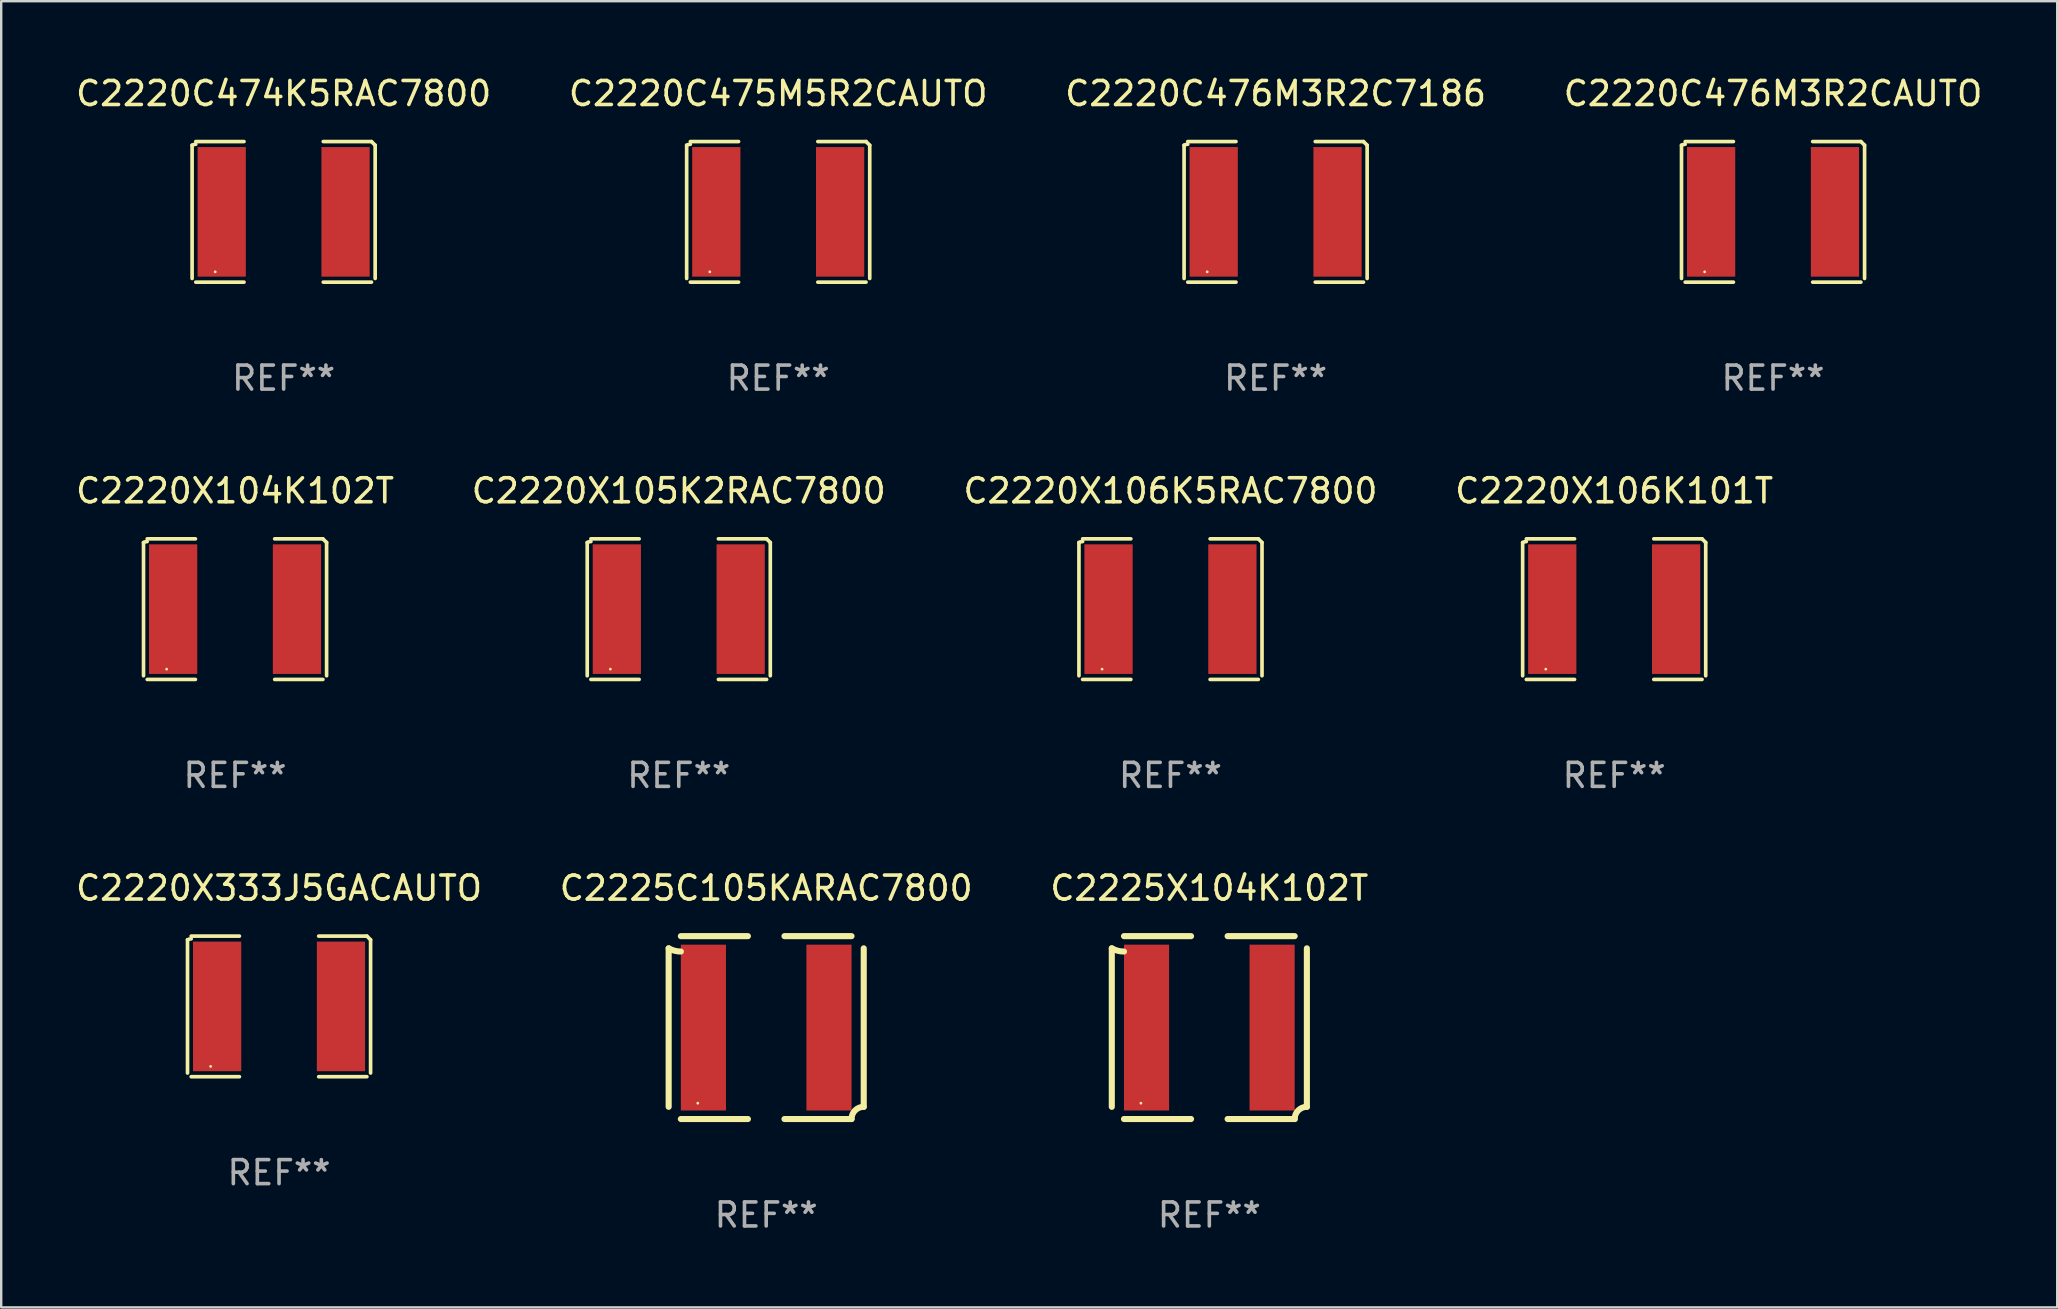
<source format=kicad_pcb>
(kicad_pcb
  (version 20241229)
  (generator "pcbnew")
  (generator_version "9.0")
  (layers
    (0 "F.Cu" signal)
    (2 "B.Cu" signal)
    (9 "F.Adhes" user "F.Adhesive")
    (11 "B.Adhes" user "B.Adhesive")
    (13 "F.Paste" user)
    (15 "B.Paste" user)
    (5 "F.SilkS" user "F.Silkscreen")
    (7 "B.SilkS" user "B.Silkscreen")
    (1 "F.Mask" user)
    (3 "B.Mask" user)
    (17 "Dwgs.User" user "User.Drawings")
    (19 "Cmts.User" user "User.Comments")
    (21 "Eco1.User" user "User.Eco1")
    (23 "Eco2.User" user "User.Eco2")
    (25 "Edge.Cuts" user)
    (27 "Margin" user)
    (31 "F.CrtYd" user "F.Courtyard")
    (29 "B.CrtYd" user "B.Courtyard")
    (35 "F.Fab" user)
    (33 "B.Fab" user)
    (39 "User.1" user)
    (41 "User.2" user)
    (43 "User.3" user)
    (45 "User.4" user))
  (footprint "C2220X104K102T"
    (layer "F.Cu")
    (at 6.744 22.331)
    (property "Reference" "C2220X104K102T" (at 0 -4.929 0) (layer "F.SilkS") (effects (font (size 1 1) (thickness 0.15))))
    (attr through_hole)
    (fp_line (start -3.814 2.776) (end -3.814 -2.776) (stroke (width 0.152) (type solid)) (layer "F.SilkS"))
    (fp_line (start -3.661 -2.929) (end -1.651 -2.929) (stroke (width 0.152) (type solid)) (layer "F.SilkS"))
    (fp_line (start -1.651 2.929) (end -3.661 2.929) (stroke (width 0.152) (type solid)) (layer "F.SilkS"))
    (fp_line (start 1.651 2.929) (end 3.661 2.929) (stroke (width 0.152) (type solid)) (layer "F.SilkS"))
    (fp_line (start 3.661 -2.929) (end 1.651 -2.929) (stroke (width 0.152) (type solid)) (layer "F.SilkS"))
    (fp_line (start 3.814 2.776) (end 3.814 -2.776) (stroke (width 0.152) (type solid)) (layer "F.SilkS"))
    (fp_arc (start -3.813614 -2.7762) (mid -3.739925 -2.805625) (end -3.661214 -2.815646) (stroke (width 0.1524) (type solid)) (layer "F.SilkS"))
    (fp_arc (start 3.661214 -2.9286) (mid 3.737425 -2.852411) (end 3.813614 -2.7762) (stroke (width 0.1524) (type solid)) (layer "F.SilkS"))
    (fp_circle (center -2.85 2.5) (end -2.82 2.5) (stroke (width 0.06) (type solid)) (fill no) (layer "F.SilkS"))
    (fp_text user "REF**" (at 0 6.929 0) (layer "F.Fab") (effects (font (size 1 1) (thickness 0.15))))
    (pad "1" smd rect (at -2.58 0) (size 2.01 5.4) (layers "F.Cu" "F.Mask" "F.Paste"))
    (pad "2" smd rect (at 2.58 0) (size 2.01 5.4) (layers "F.Cu" "F.Mask" "F.Paste")))
  (footprint "C2220X333J5GACAUTO"
    (layer "F.Cu")
    (at 8.577 38.884)
    (property "Reference" "C2220X333J5GACAUTO" (at 0 -4.929 0) (layer "F.SilkS") (effects (font (size 1 1) (thickness 0.15))))
    (attr through_hole)
    (fp_line (start -3.814 2.776) (end -3.814 -2.776) (stroke (width 0.152) (type solid)) (layer "F.SilkS"))
    (fp_line (start -3.661 -2.929) (end -1.651 -2.929) (stroke (width 0.152) (type solid)) (layer "F.SilkS"))
    (fp_line (start -1.651 2.929) (end -3.661 2.929) (stroke (width 0.152) (type solid)) (layer "F.SilkS"))
    (fp_line (start 1.651 2.929) (end 3.661 2.929) (stroke (width 0.152) (type solid)) (layer "F.SilkS"))
    (fp_line (start 3.661 -2.929) (end 1.651 -2.929) (stroke (width 0.152) (type solid)) (layer "F.SilkS"))
    (fp_line (start 3.814 2.776) (end 3.814 -2.776) (stroke (width 0.152) (type solid)) (layer "F.SilkS"))
    (fp_arc (start -3.813614 -2.7762) (mid -3.739925 -2.805625) (end -3.661214 -2.815646) (stroke (width 0.1524) (type solid)) (layer "F.SilkS"))
    (fp_arc (start 3.661214 -2.9286) (mid 3.737425 -2.852411) (end 3.813614 -2.7762) (stroke (width 0.1524) (type solid)) (layer "F.SilkS"))
    (fp_circle (center -2.85 2.5) (end -2.82 2.5) (stroke (width 0.06) (type solid)) (fill no) (layer "F.SilkS"))
    (fp_text user "REF**" (at 0 6.929 0) (layer "F.Fab") (effects (font (size 1 1) (thickness 0.15))))
    (pad "1" smd rect (at -2.58 0) (size 2.01 5.4) (layers "F.Cu" "F.Mask" "F.Paste"))
    (pad "2" smd rect (at 2.58 0) (size 2.01 5.4) (layers "F.Cu" "F.Mask" "F.Paste")))
  (footprint "C2220X106K5RAC7800"
    (layer "F.Cu")
    (at 45.72 22.331)
    (property "Reference" "C2220X106K5RAC7800" (at 0 -4.929 0) (layer "F.SilkS") (effects (font (size 1 1) (thickness 0.15))))
    (attr through_hole)
    (fp_line (start -3.814 2.776) (end -3.814 -2.776) (stroke (width 0.152) (type solid)) (layer "F.SilkS"))
    (fp_line (start -3.661 -2.929) (end -1.651 -2.929) (stroke (width 0.152) (type solid)) (layer "F.SilkS"))
    (fp_line (start -1.651 2.929) (end -3.661 2.929) (stroke (width 0.152) (type solid)) (layer "F.SilkS"))
    (fp_line (start 1.651 2.929) (end 3.661 2.929) (stroke (width 0.152) (type solid)) (layer "F.SilkS"))
    (fp_line (start 3.661 -2.929) (end 1.651 -2.929) (stroke (width 0.152) (type solid)) (layer "F.SilkS"))
    (fp_line (start 3.814 2.776) (end 3.814 -2.776) (stroke (width 0.152) (type solid)) (layer "F.SilkS"))
    (fp_arc (start -3.813614 -2.7762) (mid -3.739925 -2.805625) (end -3.661214 -2.815646) (stroke (width 0.1524) (type solid)) (layer "F.SilkS"))
    (fp_arc (start 3.661214 -2.9286) (mid 3.737425 -2.852411) (end 3.813614 -2.7762) (stroke (width 0.1524) (type solid)) (layer "F.SilkS"))
    (fp_circle (center -2.85 2.5) (end -2.82 2.5) (stroke (width 0.06) (type solid)) (fill no) (layer "F.SilkS"))
    (fp_text user "REF**" (at 0 6.929 0) (layer "F.Fab") (effects (font (size 1 1) (thickness 0.15))))
    (pad "1" smd rect (at -2.58 0) (size 2.01 5.4) (layers "F.Cu" "F.Mask" "F.Paste"))
    (pad "2" smd rect (at 2.58 0) (size 2.01 5.4) (layers "F.Cu" "F.Mask" "F.Paste")))
  (footprint "C2220X106K101T"
    (layer "F.Cu")
    (at 64.208 22.331)
    (property "Reference" "C2220X106K101T" (at 0 -4.929 0) (layer "F.SilkS") (effects (font (size 1 1) (thickness 0.15))))
    (attr through_hole)
    (fp_line (start -3.814 2.776) (end -3.814 -2.776) (stroke (width 0.152) (type solid)) (layer "F.SilkS"))
    (fp_line (start -3.661 -2.929) (end -1.651 -2.929) (stroke (width 0.152) (type solid)) (layer "F.SilkS"))
    (fp_line (start -1.651 2.929) (end -3.661 2.929) (stroke (width 0.152) (type solid)) (layer "F.SilkS"))
    (fp_line (start 1.651 2.929) (end 3.661 2.929) (stroke (width 0.152) (type solid)) (layer "F.SilkS"))
    (fp_line (start 3.661 -2.929) (end 1.651 -2.929) (stroke (width 0.152) (type solid)) (layer "F.SilkS"))
    (fp_line (start 3.814 2.776) (end 3.814 -2.776) (stroke (width 0.152) (type solid)) (layer "F.SilkS"))
    (fp_arc (start -3.813614 -2.7762) (mid -3.739925 -2.805625) (end -3.661214 -2.815646) (stroke (width 0.1524) (type solid)) (layer "F.SilkS"))
    (fp_arc (start 3.661214 -2.9286) (mid 3.737425 -2.852411) (end 3.813614 -2.7762) (stroke (width 0.1524) (type solid)) (layer "F.SilkS"))
    (fp_circle (center -2.85 2.5) (end -2.82 2.5) (stroke (width 0.06) (type solid)) (fill no) (layer "F.SilkS"))
    (fp_text user "REF**" (at 0 6.929 0) (layer "F.Fab") (effects (font (size 1 1) (thickness 0.15))))
    (pad "1" smd rect (at -2.58 0) (size 2.01 5.4) (layers "F.Cu" "F.Mask" "F.Paste"))
    (pad "2" smd rect (at 2.58 0) (size 2.01 5.4) (layers "F.Cu" "F.Mask" "F.Paste")))
  (footprint "C2225X104K102T"
    (layer "F.Cu")
    (at 47.339 39.766)
    (property "Reference" "C2225X104K102T" (at 0 -5.81 0) (layer "F.SilkS") (effects (font (size 1 1) (thickness 0.15))))
    (attr through_hole)
    (fp_line (start -4.064 3.302) (end -4.064 -3.302) (stroke (width 0.254) (type solid)) (layer "F.SilkS"))
    (fp_line (start -3.556 -3.81) (end -0.762 -3.81) (stroke (width 0.254) (type solid)) (layer "F.SilkS"))
    (fp_line (start -3.556 3.81) (end -0.762 3.81) (stroke (width 0.254) (type solid)) (layer "F.SilkS"))
    (fp_line (start 3.556 -3.81) (end 0.762 -3.81) (stroke (width 0.254) (type solid)) (layer "F.SilkS"))
    (fp_line (start 3.556 3.81) (end 0.762 3.81) (stroke (width 0.254) (type solid)) (layer "F.SilkS"))
    (fp_line (start 4.064 -3.302) (end 4.064 3.302) (stroke (width 0.254) (type solid)) (layer "F.SilkS"))
    (fp_arc (start -3.556007 -3.168295) (mid -3.818659 -3.202283) (end -4.064008 -3.302007) (stroke (width 0.254001) (type solid)) (layer "F.SilkS"))
    (fp_arc (start 3.556007 3.810008) (mid 3.704797 3.450797) (end 4.064008 3.302007) (stroke (width 0.254001) (type solid)) (layer "F.SilkS"))
    (fp_circle (center -2.85 3.15) (end -2.82 3.15) (stroke (width 0.06) (type solid)) (fill no) (layer "F.SilkS"))
    (fp_text user "REF**" (at 0 7.81 0) (layer "F.Fab") (effects (font (size 1 1) (thickness 0.15))))
    (pad "1" smd rect (at -2.616 0) (size 1.88 6.909) (layers "F.Cu" "F.Mask" "F.Paste"))
    (pad "2" smd rect (at 2.616 0) (size 1.88 6.909) (layers "F.Cu" "F.Mask" "F.Paste")))
  (footprint "C2225C105KARAC7800"
    (layer "F.Cu")
    (at 28.875 39.766)
    (property "Reference" "C2225C105KARAC7800" (at 0 -5.81 0) (layer "F.SilkS") (effects (font (size 1 1) (thickness 0.15))))
    (attr through_hole)
    (fp_line (start -4.064 3.302) (end -4.064 -3.302) (stroke (width 0.254) (type solid)) (layer "F.SilkS"))
    (fp_line (start -3.556 -3.81) (end -0.762 -3.81) (stroke (width 0.254) (type solid)) (layer "F.SilkS"))
    (fp_line (start -3.556 3.81) (end -0.762 3.81) (stroke (width 0.254) (type solid)) (layer "F.SilkS"))
    (fp_line (start 3.556 -3.81) (end 0.762 -3.81) (stroke (width 0.254) (type solid)) (layer "F.SilkS"))
    (fp_line (start 3.556 3.81) (end 0.762 3.81) (stroke (width 0.254) (type solid)) (layer "F.SilkS"))
    (fp_line (start 4.064 -3.302) (end 4.064 3.302) (stroke (width 0.254) (type solid)) (layer "F.SilkS"))
    (fp_arc (start -3.556007 -3.168295) (mid -3.818659 -3.202283) (end -4.064008 -3.302007) (stroke (width 0.254001) (type solid)) (layer "F.SilkS"))
    (fp_arc (start 3.556007 3.810008) (mid 3.704797 3.450797) (end 4.064008 3.302007) (stroke (width 0.254001) (type solid)) (layer "F.SilkS"))
    (fp_circle (center -2.85 3.15) (end -2.82 3.15) (stroke (width 0.06) (type solid)) (fill no) (layer "F.SilkS"))
    (fp_text user "REF**" (at 0 7.81 0) (layer "F.Fab") (effects (font (size 1 1) (thickness 0.15))))
    (pad "1" smd rect (at -2.616 0) (size 1.88 6.909) (layers "F.Cu" "F.Mask" "F.Paste"))
    (pad "2" smd rect (at 2.616 0) (size 1.88 6.909) (layers "F.Cu" "F.Mask" "F.Paste")))
  (footprint "C2220C474K5RAC7800"
    (layer "F.Cu")
    (at 8.768 5.777)
    (property "Reference" "C2220C474K5RAC7800" (at 0 -4.929 0) (layer "F.SilkS") (effects (font (size 1 1) (thickness 0.15))))
    (attr through_hole)
    (fp_line (start -3.814 2.776) (end -3.814 -2.776) (stroke (width 0.152) (type solid)) (layer "F.SilkS"))
    (fp_line (start -3.661 -2.929) (end -1.651 -2.929) (stroke (width 0.152) (type solid)) (layer "F.SilkS"))
    (fp_line (start -1.651 2.929) (end -3.661 2.929) (stroke (width 0.152) (type solid)) (layer "F.SilkS"))
    (fp_line (start 1.651 2.929) (end 3.661 2.929) (stroke (width 0.152) (type solid)) (layer "F.SilkS"))
    (fp_line (start 3.661 -2.929) (end 1.651 -2.929) (stroke (width 0.152) (type solid)) (layer "F.SilkS"))
    (fp_line (start 3.814 2.776) (end 3.814 -2.776) (stroke (width 0.152) (type solid)) (layer "F.SilkS"))
    (fp_arc (start -3.813614 -2.7762) (mid -3.739925 -2.805625) (end -3.661214 -2.815646) (stroke (width 0.1524) (type solid)) (layer "F.SilkS"))
    (fp_arc (start 3.661214 -2.9286) (mid 3.737425 -2.852411) (end 3.813614 -2.7762) (stroke (width 0.1524) (type solid)) (layer "F.SilkS"))
    (fp_circle (center -2.85 2.5) (end -2.82 2.5) (stroke (width 0.06) (type solid)) (fill no) (layer "F.SilkS"))
    (fp_text user "REF**" (at 0 6.929 0) (layer "F.Fab") (effects (font (size 1 1) (thickness 0.15))))
    (pad "1" smd rect (at -2.58 0) (size 2.01 5.4) (layers "F.Cu" "F.Mask" "F.Paste"))
    (pad "2" smd rect (at 2.58 0) (size 2.01 5.4) (layers "F.Cu" "F.Mask" "F.Paste")))
  (footprint "C2220C476M3R2CAUTO"
    (layer "F.Cu")
    (at 70.827 5.777)
    (property "Reference" "C2220C476M3R2CAUTO" (at 0 -4.929 0) (layer "F.SilkS") (effects (font (size 1 1) (thickness 0.15))))
    (attr through_hole)
    (fp_line (start -3.814 2.776) (end -3.814 -2.776) (stroke (width 0.152) (type solid)) (layer "F.SilkS"))
    (fp_line (start -3.661 -2.929) (end -1.651 -2.929) (stroke (width 0.152) (type solid)) (layer "F.SilkS"))
    (fp_line (start -1.651 2.929) (end -3.661 2.929) (stroke (width 0.152) (type solid)) (layer "F.SilkS"))
    (fp_line (start 1.651 2.929) (end 3.661 2.929) (stroke (width 0.152) (type solid)) (layer "F.SilkS"))
    (fp_line (start 3.661 -2.929) (end 1.651 -2.929) (stroke (width 0.152) (type solid)) (layer "F.SilkS"))
    (fp_line (start 3.814 2.776) (end 3.814 -2.776) (stroke (width 0.152) (type solid)) (layer "F.SilkS"))
    (fp_arc (start -3.813614 -2.7762) (mid -3.739925 -2.805625) (end -3.661214 -2.815646) (stroke (width 0.1524) (type solid)) (layer "F.SilkS"))
    (fp_arc (start 3.661214 -2.9286) (mid 3.737425 -2.852411) (end 3.813614 -2.7762) (stroke (width 0.1524) (type solid)) (layer "F.SilkS"))
    (fp_circle (center -2.85 2.5) (end -2.82 2.5) (stroke (width 0.06) (type solid)) (fill no) (layer "F.SilkS"))
    (fp_text user "REF**" (at 0 6.929 0) (layer "F.Fab") (effects (font (size 1 1) (thickness 0.15))))
    (pad "1" smd rect (at -2.58 0) (size 2.01 5.4) (layers "F.Cu" "F.Mask" "F.Paste"))
    (pad "2" smd rect (at 2.58 0) (size 2.01 5.4) (layers "F.Cu" "F.Mask" "F.Paste")))
  (footprint "C2220C475M5R2CAUTO"
    (layer "F.Cu")
    (at 29.375 5.777)
    (property "Reference" "C2220C475M5R2CAUTO" (at 0 -4.929 0) (layer "F.SilkS") (effects (font (size 1 1) (thickness 0.15))))
    (attr through_hole)
    (fp_line (start -3.814 2.776) (end -3.814 -2.776) (stroke (width 0.152) (type solid)) (layer "F.SilkS"))
    (fp_line (start -3.661 -2.929) (end -1.651 -2.929) (stroke (width 0.152) (type solid)) (layer "F.SilkS"))
    (fp_line (start -1.651 2.929) (end -3.661 2.929) (stroke (width 0.152) (type solid)) (layer "F.SilkS"))
    (fp_line (start 1.651 2.929) (end 3.661 2.929) (stroke (width 0.152) (type solid)) (layer "F.SilkS"))
    (fp_line (start 3.661 -2.929) (end 1.651 -2.929) (stroke (width 0.152) (type solid)) (layer "F.SilkS"))
    (fp_line (start 3.814 2.776) (end 3.814 -2.776) (stroke (width 0.152) (type solid)) (layer "F.SilkS"))
    (fp_arc (start -3.813614 -2.7762) (mid -3.739925 -2.805625) (end -3.661214 -2.815646) (stroke (width 0.1524) (type solid)) (layer "F.SilkS"))
    (fp_arc (start 3.661214 -2.9286) (mid 3.737425 -2.852411) (end 3.813614 -2.7762) (stroke (width 0.1524) (type solid)) (layer "F.SilkS"))
    (fp_circle (center -2.85 2.5) (end -2.82 2.5) (stroke (width 0.06) (type solid)) (fill no) (layer "F.SilkS"))
    (fp_text user "REF**" (at 0 6.929 0) (layer "F.Fab") (effects (font (size 1 1) (thickness 0.15))))
    (pad "1" smd rect (at -2.58 0) (size 2.01 5.4) (layers "F.Cu" "F.Mask" "F.Paste"))
    (pad "2" smd rect (at 2.58 0) (size 2.01 5.4) (layers "F.Cu" "F.Mask" "F.Paste")))
  (footprint "C2220X105K2RAC7800"
    (layer "F.Cu")
    (at 25.232 22.331)
    (property "Reference" "C2220X105K2RAC7800" (at 0 -4.929 0) (layer "F.SilkS") (effects (font (size 1 1) (thickness 0.15))))
    (attr through_hole)
    (fp_line (start -3.814 2.776) (end -3.814 -2.776) (stroke (width 0.152) (type solid)) (layer "F.SilkS"))
    (fp_line (start -3.661 -2.929) (end -1.651 -2.929) (stroke (width 0.152) (type solid)) (layer "F.SilkS"))
    (fp_line (start -1.651 2.929) (end -3.661 2.929) (stroke (width 0.152) (type solid)) (layer "F.SilkS"))
    (fp_line (start 1.651 2.929) (end 3.661 2.929) (stroke (width 0.152) (type solid)) (layer "F.SilkS"))
    (fp_line (start 3.661 -2.929) (end 1.651 -2.929) (stroke (width 0.152) (type solid)) (layer "F.SilkS"))
    (fp_line (start 3.814 2.776) (end 3.814 -2.776) (stroke (width 0.152) (type solid)) (layer "F.SilkS"))
    (fp_arc (start -3.813614 -2.7762) (mid -3.739925 -2.805625) (end -3.661214 -2.815646) (stroke (width 0.1524) (type solid)) (layer "F.SilkS"))
    (fp_arc (start 3.661214 -2.9286) (mid 3.737425 -2.852411) (end 3.813614 -2.7762) (stroke (width 0.1524) (type solid)) (layer "F.SilkS"))
    (fp_circle (center -2.85 2.5) (end -2.82 2.5) (stroke (width 0.06) (type solid)) (fill no) (layer "F.SilkS"))
    (fp_text user "REF**" (at 0 6.929 0) (layer "F.Fab") (effects (font (size 1 1) (thickness 0.15))))
    (pad "1" smd rect (at -2.58 0) (size 2.01 5.4) (layers "F.Cu" "F.Mask" "F.Paste"))
    (pad "2" smd rect (at 2.58 0) (size 2.01 5.4) (layers "F.Cu" "F.Mask" "F.Paste")))
  (footprint "C2220C476M3R2C7186"
    (layer "F.Cu")
    (at 50.101 5.777)
    (property "Reference" "C2220C476M3R2C7186" (at 0 -4.929 0) (layer "F.SilkS") (effects (font (size 1 1) (thickness 0.15))))
    (attr through_hole)
    (fp_line (start -3.814 2.776) (end -3.814 -2.776) (stroke (width 0.152) (type solid)) (layer "F.SilkS"))
    (fp_line (start -3.661 -2.929) (end -1.651 -2.929) (stroke (width 0.152) (type solid)) (layer "F.SilkS"))
    (fp_line (start -1.651 2.929) (end -3.661 2.929) (stroke (width 0.152) (type solid)) (layer "F.SilkS"))
    (fp_line (start 1.651 2.929) (end 3.661 2.929) (stroke (width 0.152) (type solid)) (layer "F.SilkS"))
    (fp_line (start 3.661 -2.929) (end 1.651 -2.929) (stroke (width 0.152) (type solid)) (layer "F.SilkS"))
    (fp_line (start 3.814 2.776) (end 3.814 -2.776) (stroke (width 0.152) (type solid)) (layer "F.SilkS"))
    (fp_arc (start -3.813614 -2.7762) (mid -3.739925 -2.805625) (end -3.661214 -2.815646) (stroke (width 0.1524) (type solid)) (layer "F.SilkS"))
    (fp_arc (start 3.661214 -2.9286) (mid 3.737425 -2.852411) (end 3.813614 -2.7762) (stroke (width 0.1524) (type solid)) (layer "F.SilkS"))
    (fp_circle (center -2.85 2.5) (end -2.82 2.5) (stroke (width 0.06) (type solid)) (fill no) (layer "F.SilkS"))
    (fp_text user "REF**" (at 0 6.929 0) (layer "F.Fab") (effects (font (size 1 1) (thickness 0.15))))
    (pad "1" smd rect (at -2.58 0) (size 2.01 5.4) (layers "F.Cu" "F.Mask" "F.Paste"))
    (pad "2" smd rect (at 2.58 0) (size 2.01 5.4) (layers "F.Cu" "F.Mask" "F.Paste")))
  (gr_rect
    (start -3 -3)
    (end 82.667 51.424)
    (stroke (width 0.1) (type default))
    (fill no)
    (layer "Edge.Cuts")))
</source>
